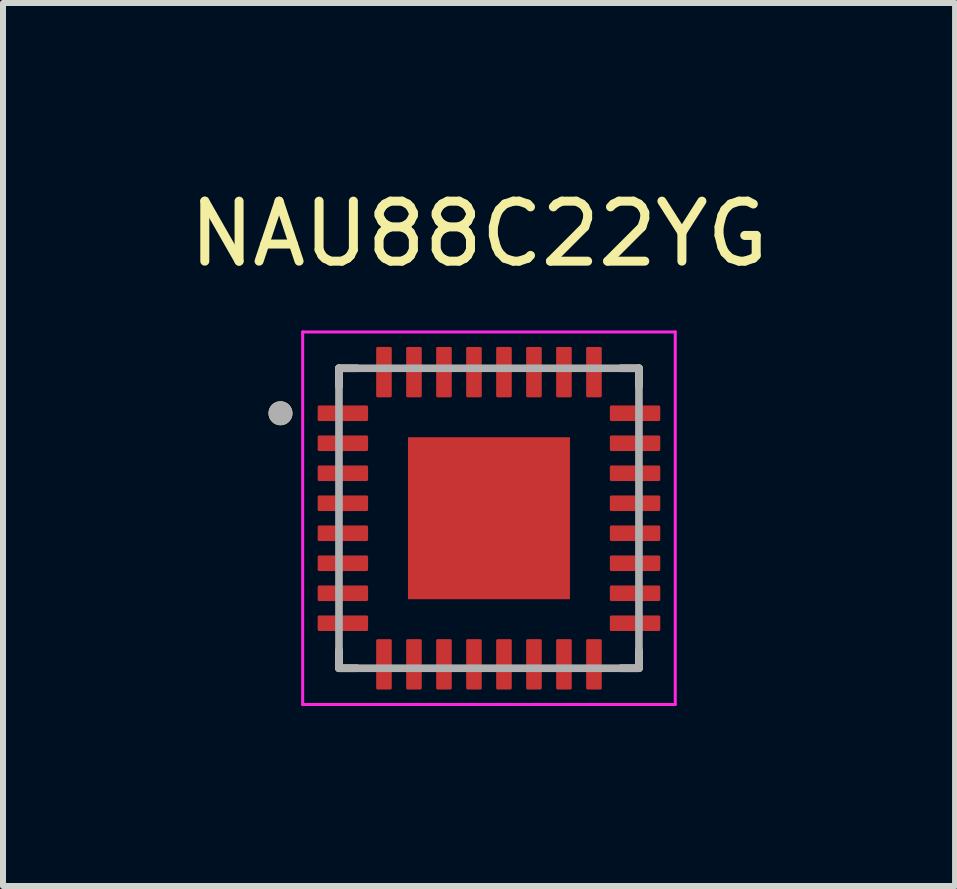
<source format=kicad_pcb>
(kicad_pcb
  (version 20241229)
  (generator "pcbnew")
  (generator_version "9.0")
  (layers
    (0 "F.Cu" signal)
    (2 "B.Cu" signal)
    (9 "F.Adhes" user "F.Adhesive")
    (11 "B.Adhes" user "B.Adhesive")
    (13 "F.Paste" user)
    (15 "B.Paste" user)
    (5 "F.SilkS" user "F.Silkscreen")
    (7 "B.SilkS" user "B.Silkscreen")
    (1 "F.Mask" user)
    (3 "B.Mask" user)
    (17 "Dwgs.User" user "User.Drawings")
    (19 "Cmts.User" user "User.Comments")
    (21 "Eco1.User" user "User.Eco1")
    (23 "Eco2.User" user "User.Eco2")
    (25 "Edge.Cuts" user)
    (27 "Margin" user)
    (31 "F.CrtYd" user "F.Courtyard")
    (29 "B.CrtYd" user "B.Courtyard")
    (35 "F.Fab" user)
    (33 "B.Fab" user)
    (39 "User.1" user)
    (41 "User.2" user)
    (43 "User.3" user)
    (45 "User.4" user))
  (footprint "NAU88C22YG"
    (layer "F.Cu")
    (at 5.1 5.588)
    (property "Reference" "NAU88C22YG" (at -0.165 -4.74 0) (layer "F.SilkS") (effects (font (size 1 1) (thickness 0.15))))
    (attr smd)
    (fp_line (start -2.5 -2.5) (end -2.5 -2.2) (stroke (width 0.127) (type solid)) (layer "F.SilkS"))
    (fp_line (start -2.5 -2.5) (end -2.2 -2.5) (stroke (width 0.127) (type solid)) (layer "F.SilkS"))
    (fp_line (start -2.5 2.5) (end -2.5 2.2) (stroke (width 0.127) (type solid)) (layer "F.SilkS"))
    (fp_line (start -2.5 2.5) (end -2.2 2.5) (stroke (width 0.127) (type solid)) (layer "F.SilkS"))
    (fp_line (start 2.5 -2.5) (end 2.2 -2.5) (stroke (width 0.127) (type solid)) (layer "F.SilkS"))
    (fp_line (start 2.5 -2.5) (end 2.5 -2.2) (stroke (width 0.127) (type solid)) (layer "F.SilkS"))
    (fp_line (start 2.5 2.5) (end 2.2 2.5) (stroke (width 0.127) (type solid)) (layer "F.SilkS"))
    (fp_line (start 2.5 2.5) (end 2.5 2.2) (stroke (width 0.127) (type solid)) (layer "F.SilkS"))
    (fp_circle (center -3.475 -1.75) (end -3.375 -1.75) (stroke (width 0.2) (type solid)) (fill no) (layer "F.SilkS"))
    (fp_poly (pts (xy -0.85 -0.85) (xy 0.85 -0.85) (xy 0.85 0.85) (xy -0.85 0.85)) (stroke (width 0.01) (type solid)) (fill yes) (layer "F.Paste"))
    (fp_line (start -3.105 -3.105) (end 3.105 -3.105) (stroke (width 0.05) (type solid)) (layer "F.CrtYd"))
    (fp_line (start -3.105 3.105) (end -3.105 -3.105) (stroke (width 0.05) (type solid)) (layer "F.CrtYd"))
    (fp_line (start -3.105 3.105) (end 3.105 3.105) (stroke (width 0.05) (type solid)) (layer "F.CrtYd"))
    (fp_line (start 3.105 3.105) (end 3.105 -3.105) (stroke (width 0.05) (type solid)) (layer "F.CrtYd"))
    (fp_line (start -2.5 2.5) (end -2.5 -2.5) (stroke (width 0.127) (type solid)) (layer "F.Fab"))
    (fp_line (start 2.5 -2.5) (end -2.5 -2.5) (stroke (width 0.127) (type solid)) (layer "F.Fab"))
    (fp_line (start 2.5 2.5) (end -2.5 2.5) (stroke (width 0.127) (type solid)) (layer "F.Fab"))
    (fp_line (start 2.5 2.5) (end 2.5 -2.5) (stroke (width 0.127) (type solid)) (layer "F.Fab"))
    (fp_circle (center -3.475 -1.75) (end -3.375 -1.75) (stroke (width 0.2) (type solid)) (fill no) (layer "F.Fab"))
    (pad "1" smd roundrect (at -2.435 -1.75) (size 0.84 0.26) (layers "F.Cu" "F.Mask" "F.Paste") (roundrect_rratio 0.095))
    (pad "2" smd roundrect (at -2.435 -1.25) (size 0.84 0.26) (layers "F.Cu" "F.Mask" "F.Paste") (roundrect_rratio 0.095))
    (pad "3" smd roundrect (at -2.435 -0.75) (size 0.84 0.26) (layers "F.Cu" "F.Mask" "F.Paste") (roundrect_rratio 0.095))
    (pad "4" smd roundrect (at -2.435 -0.25) (size 0.84 0.26) (layers "F.Cu" "F.Mask" "F.Paste") (roundrect_rratio 0.095))
    (pad "5" smd roundrect (at -2.435 0.25) (size 0.84 0.26) (layers "F.Cu" "F.Mask" "F.Paste") (roundrect_rratio 0.095))
    (pad "6" smd roundrect (at -2.435 0.75) (size 0.84 0.26) (layers "F.Cu" "F.Mask" "F.Paste") (roundrect_rratio 0.095))
    (pad "7" smd roundrect (at -2.435 1.25) (size 0.84 0.26) (layers "F.Cu" "F.Mask" "F.Paste") (roundrect_rratio 0.095))
    (pad "8" smd roundrect (at -2.435 1.75) (size 0.84 0.26) (layers "F.Cu" "F.Mask" "F.Paste") (roundrect_rratio 0.095))
    (pad "9" smd roundrect (at -1.75 2.435) (size 0.26 0.84) (layers "F.Cu" "F.Mask" "F.Paste") (roundrect_rratio 0.095))
    (pad "10" smd roundrect (at -1.25 2.435) (size 0.26 0.84) (layers "F.Cu" "F.Mask" "F.Paste") (roundrect_rratio 0.095))
    (pad "11" smd roundrect (at -0.75 2.435) (size 0.26 0.84) (layers "F.Cu" "F.Mask" "F.Paste") (roundrect_rratio 0.095))
    (pad "12" smd roundrect (at -0.25 2.435) (size 0.26 0.84) (layers "F.Cu" "F.Mask" "F.Paste") (roundrect_rratio 0.095))
    (pad "13" smd roundrect (at 0.25 2.435) (size 0.26 0.84) (layers "F.Cu" "F.Mask" "F.Paste") (roundrect_rratio 0.095))
    (pad "14" smd roundrect (at 0.75 2.435) (size 0.26 0.84) (layers "F.Cu" "F.Mask" "F.Paste") (roundrect_rratio 0.095))
    (pad "15" smd roundrect (at 1.25 2.435) (size 0.26 0.84) (layers "F.Cu" "F.Mask" "F.Paste") (roundrect_rratio 0.095))
    (pad "16" smd roundrect (at 1.75 2.435) (size 0.26 0.84) (layers "F.Cu" "F.Mask" "F.Paste") (roundrect_rratio 0.095))
    (pad "17" smd roundrect (at 2.435 1.75) (size 0.84 0.26) (layers "F.Cu" "F.Mask" "F.Paste") (roundrect_rratio 0.095))
    (pad "18" smd roundrect (at 2.435 1.25) (size 0.84 0.26) (layers "F.Cu" "F.Mask" "F.Paste") (roundrect_rratio 0.095))
    (pad "19" smd roundrect (at 2.435 0.75) (size 0.84 0.26) (layers "F.Cu" "F.Mask" "F.Paste") (roundrect_rratio 0.095))
    (pad "20" smd roundrect (at 2.435 0.25) (size 0.84 0.26) (layers "F.Cu" "F.Mask" "F.Paste") (roundrect_rratio 0.095))
    (pad "21" smd roundrect (at 2.435 -0.25) (size 0.84 0.26) (layers "F.Cu" "F.Mask" "F.Paste") (roundrect_rratio 0.095))
    (pad "22" smd roundrect (at 2.435 -0.75) (size 0.84 0.26) (layers "F.Cu" "F.Mask" "F.Paste") (roundrect_rratio 0.095))
    (pad "23" smd roundrect (at 2.435 -1.25) (size 0.84 0.26) (layers "F.Cu" "F.Mask" "F.Paste") (roundrect_rratio 0.095))
    (pad "24" smd roundrect (at 2.435 -1.75) (size 0.84 0.26) (layers "F.Cu" "F.Mask" "F.Paste") (roundrect_rratio 0.095))
    (pad "25" smd roundrect (at 1.75 -2.435) (size 0.26 0.84) (layers "F.Cu" "F.Mask" "F.Paste") (roundrect_rratio 0.095))
    (pad "26" smd roundrect (at 1.25 -2.435) (size 0.26 0.84) (layers "F.Cu" "F.Mask" "F.Paste") (roundrect_rratio 0.095))
    (pad "27" smd roundrect (at 0.75 -2.435) (size 0.26 0.84) (layers "F.Cu" "F.Mask" "F.Paste") (roundrect_rratio 0.095))
    (pad "28" smd roundrect (at 0.25 -2.435) (size 0.26 0.84) (layers "F.Cu" "F.Mask" "F.Paste") (roundrect_rratio 0.095))
    (pad "29" smd roundrect (at -0.25 -2.435) (size 0.26 0.84) (layers "F.Cu" "F.Mask" "F.Paste") (roundrect_rratio 0.095))
    (pad "30" smd roundrect (at -0.75 -2.435) (size 0.26 0.84) (layers "F.Cu" "F.Mask" "F.Paste") (roundrect_rratio 0.095))
    (pad "31" smd roundrect (at -1.25 -2.435) (size 0.26 0.84) (layers "F.Cu" "F.Mask" "F.Paste") (roundrect_rratio 0.095))
    (pad "32" smd roundrect (at -1.75 -2.435) (size 0.26 0.84) (layers "F.Cu" "F.Mask" "F.Paste") (roundrect_rratio 0.095))
    (pad "33" smd rect (at 0 0) (size 2.7 2.7) (layers "F.Cu" "F.Mask")))
  (gr_rect
    (start -3 -3)
    (end 12.869 11.718)
    (stroke (width 0.1) (type default))
    (fill no)
    (layer "Edge.Cuts")))
</source>
